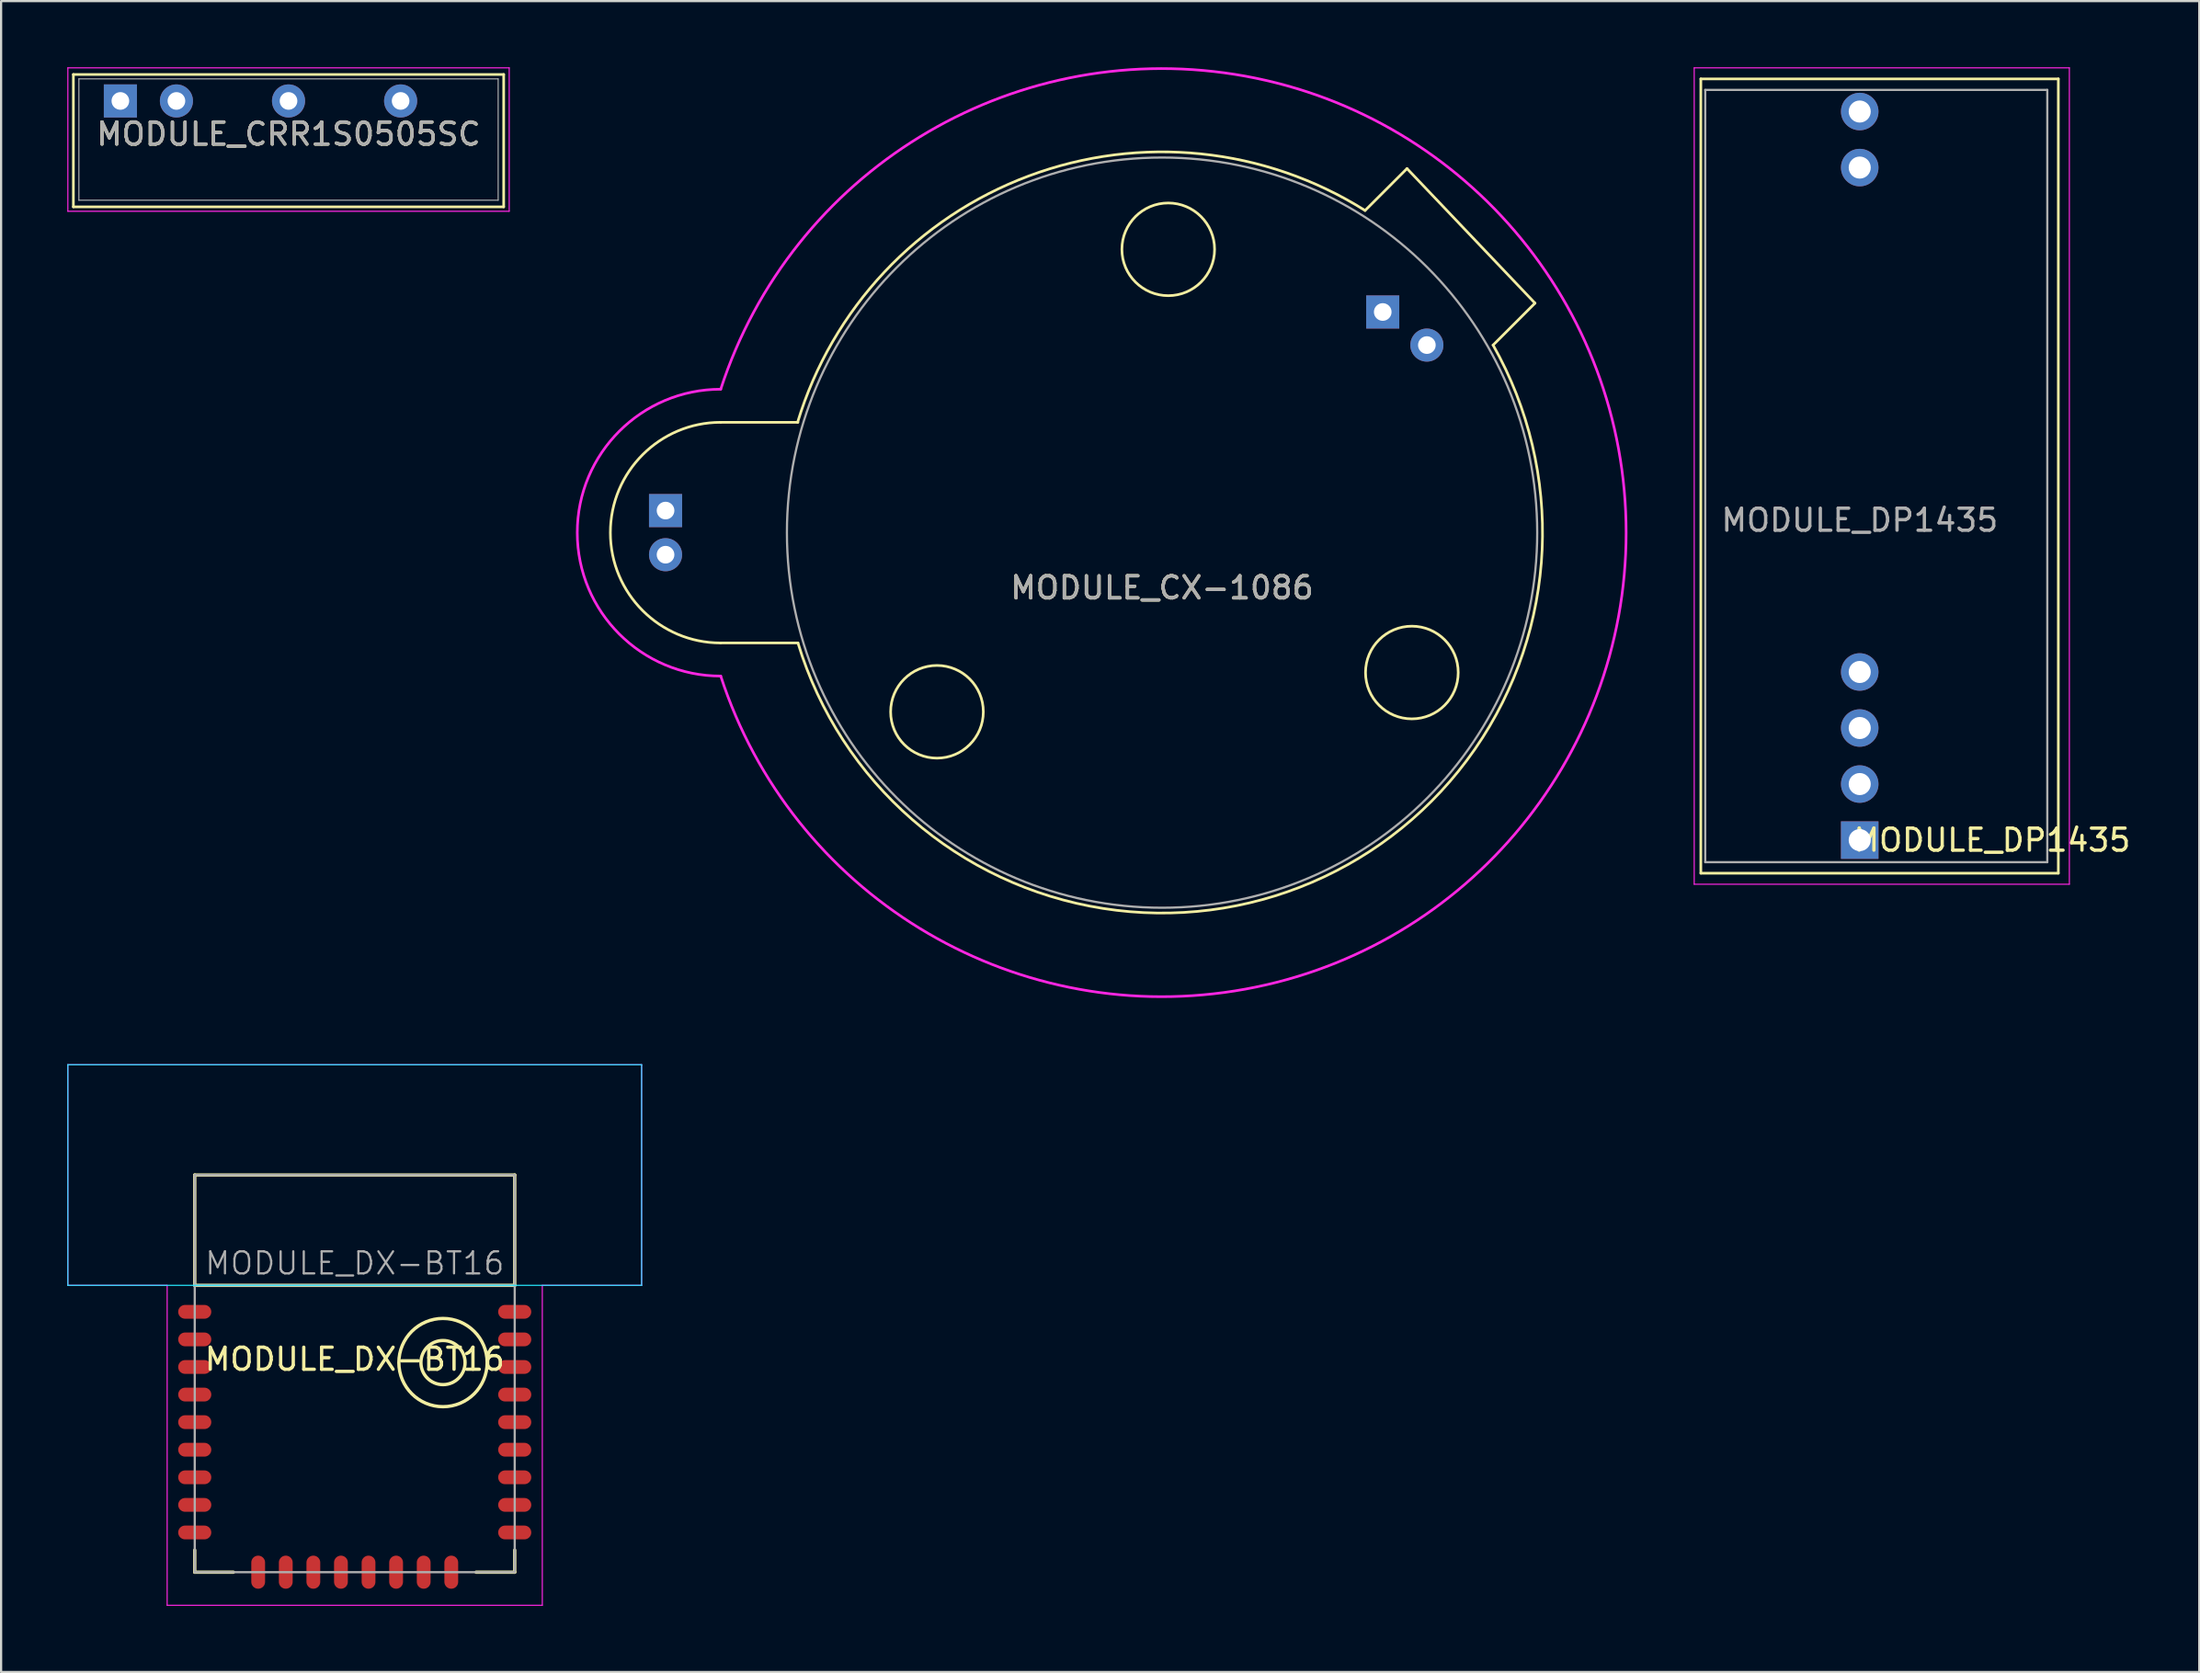
<source format=kicad_pcb>
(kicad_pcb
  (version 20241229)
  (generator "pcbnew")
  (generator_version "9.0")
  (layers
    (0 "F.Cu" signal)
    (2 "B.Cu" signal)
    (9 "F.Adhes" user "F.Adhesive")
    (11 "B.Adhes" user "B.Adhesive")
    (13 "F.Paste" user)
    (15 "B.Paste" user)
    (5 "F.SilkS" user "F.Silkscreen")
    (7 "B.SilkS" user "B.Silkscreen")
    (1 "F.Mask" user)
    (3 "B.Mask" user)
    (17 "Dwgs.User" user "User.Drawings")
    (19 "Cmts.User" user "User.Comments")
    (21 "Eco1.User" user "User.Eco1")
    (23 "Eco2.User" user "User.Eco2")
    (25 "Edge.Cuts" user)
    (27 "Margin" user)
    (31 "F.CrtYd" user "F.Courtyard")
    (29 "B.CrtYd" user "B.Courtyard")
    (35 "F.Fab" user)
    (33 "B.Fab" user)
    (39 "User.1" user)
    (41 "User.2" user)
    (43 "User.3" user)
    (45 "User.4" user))
  (footprint "MODULE_DP1435"
    (layer "F.Cu")
    (at 81.225 35.025)
    (property "Reference" "MODULE_DP1435" (at 6 0 0) (layer "F.SilkS") (effects (font (size 1 1) (thickness 0.15))))
    (attr through_hole)
    (fp_line (start -7.2 -34.5) (end 9 -34.5) (stroke (width 0.12) (type solid)) (layer "F.SilkS"))
    (fp_line (start -7.2 1.5) (end -7.2 -34.5) (stroke (width 0.12) (type solid)) (layer "F.SilkS"))
    (fp_line (start -7.2 1.5) (end 9 1.5) (stroke (width 0.12) (type solid)) (layer "F.SilkS"))
    (fp_line (start 9 1.5) (end 9 -34.5) (stroke (width 0.12) (type solid)) (layer "F.SilkS"))
    (fp_line (start -7.5 -35) (end -7.5 2) (stroke (width 0.05) (type solid)) (layer "F.CrtYd"))
    (fp_line (start -7.5 2) (end 9.5 2) (stroke (width 0.05) (type solid)) (layer "F.CrtYd"))
    (fp_line (start 9.5 -35) (end -7.5 -35) (stroke (width 0.05) (type solid)) (layer "F.CrtYd"))
    (fp_line (start 9.5 2) (end 9.5 -35) (stroke (width 0.05) (type solid)) (layer "F.CrtYd"))
    (fp_line (start -7 -34) (end 8.5 -34) (stroke (width 0.1) (type solid)) (layer "F.Fab"))
    (fp_line (start -7 1) (end -7 -34) (stroke (width 0.1) (type solid)) (layer "F.Fab"))
    (fp_line (start 8.5 -34) (end 8.5 1) (stroke (width 0.1) (type solid)) (layer "F.Fab"))
    (fp_line (start 8.5 1) (end -7 1) (stroke (width 0.1) (type solid)) (layer "F.Fab"))
    (fp_text user "${REFERENCE}" (at 0 -14.5 0) (layer "F.Fab") (effects (font (size 1 1) (thickness 0.15))))
    (pad "1" thru_hole rect (at 0 0) (size 1.7 1.7) (drill 1) (layers "*.Cu" "*.Mask"))
    (pad "2" thru_hole oval (at 0 -2.54) (size 1.7 1.7) (drill 1) (layers "*.Cu" "*.Mask"))
    (pad "3" thru_hole oval (at 0 -5.08) (size 1.7 1.7) (drill 1) (layers "*.Cu" "*.Mask"))
    (pad "4" thru_hole oval (at 0 -7.62) (size 1.7 1.7) (drill 1) (layers "*.Cu" "*.Mask"))
    (pad "5" thru_hole oval (at 0 -30.48) (size 1.7 1.7) (drill 1) (layers "*.Cu" "*.Mask"))
    (pad "6" thru_hole oval (at 0 -33.02) (size 1.7 1.7) (drill 1) (layers "*.Cu" "*.Mask")))
  (footprint "MODULE_CX-1086"
    (layer "F.Cu")
    (at 49.61 21.09)
    (property "Reference" "MODULE_CX-1086" (at 0 2.5 0) (layer "F.SilkS") (effects (font (size 1 1) (thickness 0.15))))
    (attr smd)
    (fp_line (start -20 -5) (end -16.5 -5) (stroke (width 0.12) (type solid)) (layer "F.SilkS"))
    (fp_line (start -20 5) (end -16.5 5) (stroke (width 0.12) (type solid)) (layer "F.SilkS"))
    (fp_line (start 9.2 -14.6) (end 11.1 -16.5) (stroke (width 0.12) (type solid)) (layer "F.SilkS"))
    (fp_line (start 11.1 -16.5) (end 16.9 -10.4) (stroke (width 0.12) (type solid)) (layer "F.SilkS"))
    (fp_line (start 15 -8.5) (end 16.9 -10.4) (stroke (width 0.12) (type solid)) (layer "F.SilkS"))
    (fp_arc (start -20 5) (mid -25 0) (end -20 -5) (stroke (width 0.12) (type solid)) (layer "F.SilkS"))
    (fp_arc (start -16.516541 -5.000388) (mid -6.034988 -16.167218) (end 9.2 -14.6) (stroke (width 0.12) (type solid)) (layer "F.SilkS"))
    (fp_arc (start 15 -8.5) (mid 6.791539 15.846924) (end -16.5 5) (stroke (width 0.12) (type solid)) (layer "F.SilkS"))
    (fp_circle (center -10.2 8.12) (end -8.1 8.12) (stroke (width 0.12) (type solid)) (fill no) (layer "F.SilkS"))
    (fp_circle (center 0.28 -12.84) (end 2.38 -12.84) (stroke (width 0.12) (type solid)) (fill no) (layer "F.SilkS"))
    (fp_circle (center 11.32 6.34) (end 13.42 6.34) (stroke (width 0.12) (type solid)) (fill no) (layer "F.SilkS"))
    (fp_arc (start -20 -6.5) (mid 21.029741 0) (end -20 6.5) (stroke (width 0.12) (type solid)) (layer "F.CrtYd"))
    (fp_arc (start -20 6.5) (mid -26.5 0) (end -20 -6.5) (stroke (width 0.12) (type solid)) (layer "F.CrtYd"))
    (fp_circle (center 0 0) (end 17 0) (stroke (width 0.1) (type solid)) (fill no) (layer "F.Fab"))
    (fp_text user "${REFERENCE}" (at 0 2.5 0) (layer "F.Fab") (effects (font (size 1 1) (thickness 0.15))))
    (pad "1" thru_hole rect (at -22.5 -1) (size 1.5 1.5) (drill 0.8) (layers "*.Cu" "*.Mask"))
    (pad "2" thru_hole circle (at -22.5 1) (size 1.5 1.5) (drill 0.8) (layers "*.Cu" "*.Mask"))
    (pad "3" thru_hole rect (at 10 -10) (size 1.5 1.5) (drill 0.8) (layers "*.Cu" "*.Mask"))
    (pad "4" thru_hole circle (at 12 -8.5) (size 1.5 1.5) (drill 0.8) (layers "*.Cu" "*.Mask")))
  (footprint "MODULE_CRR1S0505SC"
    (layer "F.Cu")
    (at 10.025 1.525)
    (property "Reference" "MODULE_CRR1S0505SC" (at 0 1.5 0) (layer "F.SilkS") (effects (font (size 1 1) (thickness 0.15))))
    (attr smd)
    (fp_line (start -9.75 -1.2) (end -9.75 4.8) (stroke (width 0.12) (type solid)) (layer "F.SilkS"))
    (fp_line (start -9.75 -1.2) (end 9.75 -1.2) (stroke (width 0.12) (type solid)) (layer "F.SilkS"))
    (fp_line (start -9.75 4.8) (end 9.75 4.8) (stroke (width 0.12) (type solid)) (layer "F.SilkS"))
    (fp_line (start 9.75 -1.2) (end 9.75 4.8) (stroke (width 0.12) (type solid)) (layer "F.SilkS"))
    (fp_line (start -10 -1.5) (end -10 5) (stroke (width 0.05) (type solid)) (layer "F.CrtYd"))
    (fp_line (start -10 -1.5) (end 10 -1.5) (stroke (width 0.05) (type solid)) (layer "F.CrtYd"))
    (fp_line (start -10 5) (end 10 5) (stroke (width 0.05) (type solid)) (layer "F.CrtYd"))
    (fp_line (start 10 -1.5) (end 10 5) (stroke (width 0.05) (type solid)) (layer "F.CrtYd"))
    (fp_line (start -9.5 -1) (end -9.5 4.5) (stroke (width 0.05) (type solid)) (layer "F.Fab"))
    (fp_line (start -9.5 -1) (end 9.5 -1) (stroke (width 0.05) (type solid)) (layer "F.Fab"))
    (fp_line (start -9.5 4.5) (end 9.5 4.5) (stroke (width 0.05) (type solid)) (layer "F.Fab"))
    (fp_line (start 9.5 -1) (end 9.5 4.5) (stroke (width 0.05) (type solid)) (layer "F.Fab"))
    (fp_text user "${REFERENCE}" (at 0 1.5 0) (layer "F.Fab") (effects (font (size 1 1) (thickness 0.15))))
    (pad "1" thru_hole rect (at -7.62 0) (size 1.5 1.5) (drill 0.8) (layers "*.Cu" "*.Mask"))
    (pad "2" thru_hole circle (at -5.08 0) (size 1.5 1.5) (drill 0.8) (layers "*.Cu" "*.Mask"))
    (pad "4" thru_hole circle (at 0 0) (size 1.5 1.5) (drill 0.8) (layers "*.Cu" "*.Mask"))
    (pad "6" thru_hole circle (at 5.08 0) (size 1.5 1.5) (drill 0.8) (layers "*.Cu" "*.Mask")))
  (footprint "MODULE_DX-BT16"
    (layer "F.Cu")
    (at 13.025 68.204)
    (property "Reference" "MODULE_DX-BT16" (at 0 -9.652 0) (layer "F.SilkS") (effects (font (size 1 1) (thickness 0.15))))
    (attr smd)
    (fp_line (start -7.25 -18) (end -7.25 -13) (stroke (width 0.15) (type solid)) (layer "F.SilkS"))
    (fp_line (start -7.25 -1) (end -7.25 0) (stroke (width 0.15) (type solid)) (layer "F.SilkS"))
    (fp_line (start -7.25 0) (end -5.5 0) (stroke (width 0.15) (type solid)) (layer "F.SilkS"))
    (fp_line (start 7.25 -18) (end -7.25 -18) (stroke (width 0.15) (type solid)) (layer "F.SilkS"))
    (fp_line (start 7.25 -13) (end -7.25 -13) (stroke (width 0.15) (type solid)) (layer "F.SilkS"))
    (fp_line (start 7.25 -13) (end 7.25 -18) (stroke (width 0.15) (type solid)) (layer "F.SilkS"))
    (fp_line (start 7.25 0) (end 5.5 0) (stroke (width 0.15) (type solid)) (layer "F.SilkS"))
    (fp_line (start 7.25 0) (end 7.25 -1) (stroke (width 0.15) (type solid)) (layer "F.SilkS"))
    (fp_circle (center 4 -9.5) (end 5 -9.5) (stroke (width 0.15) (type solid)) (fill no) (layer "F.SilkS"))
    (fp_circle (center 4 -9.5) (end 6 -9.5) (stroke (width 0.15) (type solid)) (fill no) (layer "F.SilkS"))
    (fp_line (start -13 -23) (end 13 -23) (stroke (width 0.05) (type solid)) (layer "B.CrtYd"))
    (fp_line (start -13 -13) (end -13 -23) (stroke (width 0.05) (type solid)) (layer "B.CrtYd"))
    (fp_line (start 13 -23) (end 13 -13) (stroke (width 0.05) (type solid)) (layer "B.CrtYd"))
    (fp_line (start 13 -13) (end -13 -13) (stroke (width 0.05) (type solid)) (layer "B.CrtYd"))
    (fp_line (start -13 -23) (end -13 -13) (stroke (width 0.05) (type solid)) (layer "F.CrtYd"))
    (fp_line (start -13 -13) (end -8.5 -13) (stroke (width 0.05) (type solid)) (layer "F.CrtYd"))
    (fp_line (start -8.5 -13) (end -8.5 1.5) (stroke (width 0.05) (type solid)) (layer "F.CrtYd"))
    (fp_line (start -8.5 1.5) (end 8.5 1.5) (stroke (width 0.05) (type solid)) (layer "F.CrtYd"))
    (fp_line (start 8.5 -13) (end 13 -13) (stroke (width 0.05) (type solid)) (layer "F.CrtYd"))
    (fp_line (start 8.5 1.5) (end 8.5 -13) (stroke (width 0.05) (type solid)) (layer "F.CrtYd"))
    (fp_line (start 13 -23) (end -13 -23) (stroke (width 0.05) (type solid)) (layer "F.CrtYd"))
    (fp_line (start 13 -13) (end 13 -23) (stroke (width 0.05) (type solid)) (layer "F.CrtYd"))
    (fp_line (start -7.25 -18) (end 7.25 -18) (stroke (width 0.1) (type solid)) (layer "F.Fab"))
    (fp_line (start -7.25 -13) (end 7.25 -13) (stroke (width 0.1) (type solid)) (layer "F.Fab"))
    (fp_line (start -7.25 0) (end -7.25 -18) (stroke (width 0.1) (type solid)) (layer "F.Fab"))
    (fp_line (start 7.25 -18) (end 7.25 0) (stroke (width 0.1) (type solid)) (layer "F.Fab"))
    (fp_line (start 7.25 0) (end -7.25 0) (stroke (width 0.1) (type solid)) (layer "F.Fab"))
    (fp_text user "${REFERENCE}" (at 0 -14 0) (layer "F.Fab") (effects (font (size 1 1) (thickness 0.1))))
    (pad "1" smd oval (at -7.25 -11.8) (size 1.5 0.625) (layers "F.Cu" "F.Mask" "F.Paste"))
    (pad "2" smd oval (at -7.25 -10.55) (size 1.5 0.625) (layers "F.Cu" "F.Mask" "F.Paste"))
    (pad "3" smd oval (at -7.25 -9.3) (size 1.5 0.625) (layers "F.Cu" "F.Mask" "F.Paste"))
    (pad "4" smd oval (at -7.25 -8.05) (size 1.5 0.625) (layers "F.Cu" "F.Mask" "F.Paste"))
    (pad "5" smd oval (at -7.25 -6.8) (size 1.5 0.625) (layers "F.Cu" "F.Mask" "F.Paste"))
    (pad "6" smd oval (at -7.25 -5.55) (size 1.5 0.625) (layers "F.Cu" "F.Mask" "F.Paste"))
    (pad "7" smd oval (at -7.25 -4.3) (size 1.5 0.625) (layers "F.Cu" "F.Mask" "F.Paste"))
    (pad "8" smd oval (at -7.25 -3.05) (size 1.5 0.625) (layers "F.Cu" "F.Mask" "F.Paste"))
    (pad "9" smd oval (at -7.25 -1.8) (size 1.5 0.625) (layers "F.Cu" "F.Mask" "F.Paste"))
    (pad "10" smd oval (at -4.375 0) (size 0.625 1.5) (layers "F.Cu" "F.Mask" "F.Paste"))
    (pad "11" smd oval (at -3.125 0) (size 0.625 1.5) (layers "F.Cu" "F.Mask" "F.Paste"))
    (pad "12" smd oval (at -1.875 0) (size 0.625 1.5) (layers "F.Cu" "F.Mask" "F.Paste"))
    (pad "13" smd oval (at -0.625 0) (size 0.625 1.5) (layers "F.Cu" "F.Mask" "F.Paste"))
    (pad "14" smd oval (at 0.625 0) (size 0.625 1.5) (layers "F.Cu" "F.Mask" "F.Paste"))
    (pad "15" smd oval (at 1.875 0) (size 0.625 1.5) (layers "F.Cu" "F.Mask" "F.Paste"))
    (pad "16" smd oval (at 3.125 0) (size 0.625 1.5) (layers "F.Cu" "F.Mask" "F.Paste"))
    (pad "17" smd oval (at 4.375 0) (size 0.625 1.5) (layers "F.Cu" "F.Mask" "F.Paste"))
    (pad "18" smd oval (at 7.25 -1.8) (size 1.5 0.625) (layers "F.Cu" "F.Mask" "F.Paste"))
    (pad "19" smd oval (at 7.25 -3.05) (size 1.5 0.625) (layers "F.Cu" "F.Mask" "F.Paste"))
    (pad "20" smd oval (at 7.25 -4.3) (size 1.5 0.625) (layers "F.Cu" "F.Mask" "F.Paste"))
    (pad "21" smd oval (at 7.25 -5.55) (size 1.5 0.625) (layers "F.Cu" "F.Mask" "F.Paste"))
    (pad "22" smd oval (at 7.25 -6.8) (size 1.5 0.625) (layers "F.Cu" "F.Mask" "F.Paste"))
    (pad "23" smd oval (at 7.25 -8.05) (size 1.5 0.625) (layers "F.Cu" "F.Mask" "F.Paste"))
    (pad "24" smd oval (at 7.25 -9.3) (size 1.5 0.625) (layers "F.Cu" "F.Mask" "F.Paste"))
    (pad "25" smd oval (at 7.25 -10.55) (size 1.5 0.625) (layers "F.Cu" "F.Mask" "F.Paste"))
    (pad "26" smd oval (at 7.25 -11.8) (size 1.5 0.625) (layers "F.Cu" "F.Mask" "F.Paste")))
  (gr_rect
    (start -3 -3)
    (end 96.612 72.729)
    (stroke (width 0.1) (type default))
    (fill no)
    (layer "Edge.Cuts")))
</source>
